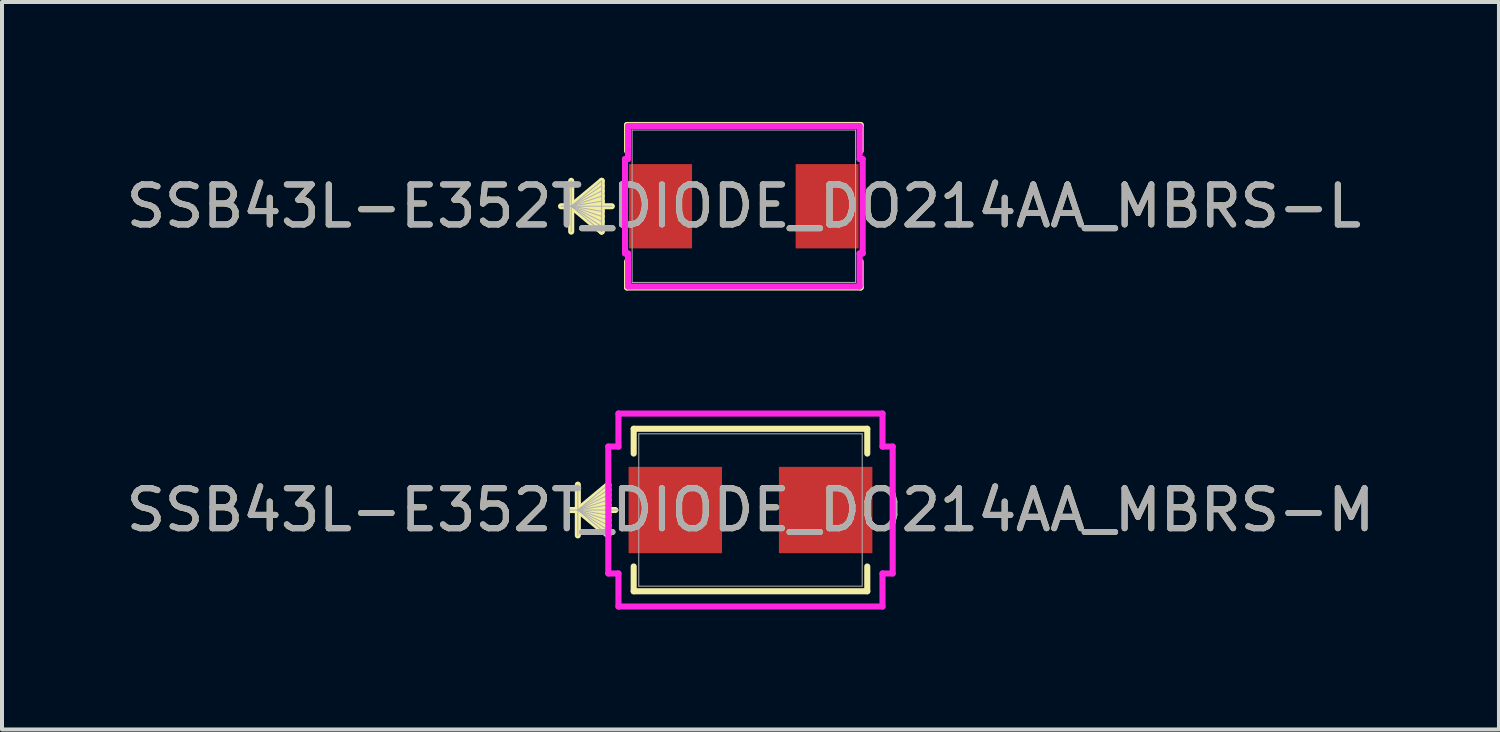
<source format=kicad_pcb>
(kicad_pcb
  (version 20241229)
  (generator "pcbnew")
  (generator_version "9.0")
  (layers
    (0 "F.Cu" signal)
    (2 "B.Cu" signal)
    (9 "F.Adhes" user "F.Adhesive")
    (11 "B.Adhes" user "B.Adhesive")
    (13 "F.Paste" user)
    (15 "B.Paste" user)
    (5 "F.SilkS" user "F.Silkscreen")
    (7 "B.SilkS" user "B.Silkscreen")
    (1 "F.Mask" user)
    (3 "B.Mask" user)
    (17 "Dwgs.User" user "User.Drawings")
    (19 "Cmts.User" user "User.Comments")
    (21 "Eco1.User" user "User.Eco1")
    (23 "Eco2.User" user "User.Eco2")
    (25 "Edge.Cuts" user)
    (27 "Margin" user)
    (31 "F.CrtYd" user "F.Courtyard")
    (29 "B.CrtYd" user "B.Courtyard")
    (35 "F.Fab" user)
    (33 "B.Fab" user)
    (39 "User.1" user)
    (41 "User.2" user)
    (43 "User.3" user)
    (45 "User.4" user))
  (footprint "SSB43L-E352T_DIODE_DO214AA_MBRS-M"
    (layer "F.Cu")
    (at 15.72 9.706)
    (property "Reference" "SSB43L-E352T_DIODE_DO214AA_MBRS-M" (at 0 0 0) (unlocked yes) (layer "F.SilkS") (effects (font (size 1 1) (thickness 0.15))))
    (attr smd)
    (fp_line (start -4.318 -0.635) (end -4.318 0.635) (stroke (width 0.152) (type solid)) (layer "F.SilkS"))
    (fp_line (start -4.318 0) (end -3.556 -0.635) (stroke (width 0.152) (type solid)) (layer "F.SilkS"))
    (fp_line (start -4.318 0) (end -3.556 -0.508) (stroke (width 0.152) (type solid)) (layer "F.SilkS"))
    (fp_line (start -4.318 0) (end -3.556 -0.381) (stroke (width 0.152) (type solid)) (layer "F.SilkS"))
    (fp_line (start -4.318 0) (end -3.556 -0.254) (stroke (width 0.152) (type solid)) (layer "F.SilkS"))
    (fp_line (start -4.318 0) (end -3.556 -0.127) (stroke (width 0.152) (type solid)) (layer "F.SilkS"))
    (fp_line (start -4.318 0) (end -3.556 0.127) (stroke (width 0.152) (type solid)) (layer "F.SilkS"))
    (fp_line (start -4.318 0) (end -3.556 0.254) (stroke (width 0.152) (type solid)) (layer "F.SilkS"))
    (fp_line (start -4.318 0) (end -3.556 0.381) (stroke (width 0.152) (type solid)) (layer "F.SilkS"))
    (fp_line (start -4.318 0) (end -3.556 0.508) (stroke (width 0.152) (type solid)) (layer "F.SilkS"))
    (fp_line (start -4.318 0) (end -3.556 0.635) (stroke (width 0.152) (type solid)) (layer "F.SilkS"))
    (fp_line (start -3.556 -0.635) (end -3.556 0.635) (stroke (width 0.152) (type solid)) (layer "F.SilkS"))
    (fp_line (start -3.381 0) (end -4.572 0) (stroke (width 0.152) (type solid)) (layer "F.SilkS"))
    (fp_line (start -2.921 -2.032) (end -2.921 -1.412) (stroke (width 0.152) (type solid)) (layer "F.SilkS"))
    (fp_line (start -2.921 1.412) (end -2.921 2.032) (stroke (width 0.152) (type solid)) (layer "F.SilkS"))
    (fp_line (start -2.921 2.032) (end 2.921 2.032) (stroke (width 0.152) (type solid)) (layer "F.SilkS"))
    (fp_line (start 2.921 -2.032) (end -2.921 -2.032) (stroke (width 0.152) (type solid)) (layer "F.SilkS"))
    (fp_line (start 2.921 -1.412) (end 2.921 -2.032) (stroke (width 0.152) (type solid)) (layer "F.SilkS"))
    (fp_line (start 2.921 2.032) (end 2.921 1.412) (stroke (width 0.152) (type solid)) (layer "F.SilkS"))
    (fp_line (start -3.556 -1.587) (end -3.302 -1.587) (stroke (width 0.152) (type solid)) (layer "F.CrtYd"))
    (fp_line (start -3.556 1.587) (end -3.556 -1.587) (stroke (width 0.152) (type solid)) (layer "F.CrtYd"))
    (fp_line (start -3.302 -2.413) (end 3.302 -2.413) (stroke (width 0.152) (type solid)) (layer "F.CrtYd"))
    (fp_line (start -3.302 -1.587) (end -3.302 -2.413) (stroke (width 0.152) (type solid)) (layer "F.CrtYd"))
    (fp_line (start -3.302 1.587) (end -3.556 1.587) (stroke (width 0.152) (type solid)) (layer "F.CrtYd"))
    (fp_line (start -3.302 2.413) (end -3.302 1.587) (stroke (width 0.152) (type solid)) (layer "F.CrtYd"))
    (fp_line (start 3.302 -2.413) (end 3.302 -1.587) (stroke (width 0.152) (type solid)) (layer "F.CrtYd"))
    (fp_line (start 3.302 -1.587) (end 3.556 -1.587) (stroke (width 0.152) (type solid)) (layer "F.CrtYd"))
    (fp_line (start 3.302 1.587) (end 3.302 2.413) (stroke (width 0.152) (type solid)) (layer "F.CrtYd"))
    (fp_line (start 3.302 2.413) (end -3.302 2.413) (stroke (width 0.152) (type solid)) (layer "F.CrtYd"))
    (fp_line (start 3.556 -1.587) (end 3.556 1.587) (stroke (width 0.152) (type solid)) (layer "F.CrtYd"))
    (fp_line (start 3.556 1.587) (end 3.302 1.587) (stroke (width 0.152) (type solid)) (layer "F.CrtYd"))
    (fp_line (start -4.318 -0.635) (end -4.318 0.635) (stroke (width 0.025) (type solid)) (layer "F.Fab"))
    (fp_line (start -4.318 0) (end -3.556 -0.635) (stroke (width 0.025) (type solid)) (layer "F.Fab"))
    (fp_line (start -4.318 0) (end -3.556 -0.508) (stroke (width 0.025) (type solid)) (layer "F.Fab"))
    (fp_line (start -4.318 0) (end -3.556 -0.381) (stroke (width 0.025) (type solid)) (layer "F.Fab"))
    (fp_line (start -4.318 0) (end -3.556 -0.254) (stroke (width 0.025) (type solid)) (layer "F.Fab"))
    (fp_line (start -4.318 0) (end -3.556 -0.127) (stroke (width 0.025) (type solid)) (layer "F.Fab"))
    (fp_line (start -4.318 0) (end -3.556 0.127) (stroke (width 0.025) (type solid)) (layer "F.Fab"))
    (fp_line (start -4.318 0) (end -3.556 0.254) (stroke (width 0.025) (type solid)) (layer "F.Fab"))
    (fp_line (start -4.318 0) (end -3.556 0.381) (stroke (width 0.025) (type solid)) (layer "F.Fab"))
    (fp_line (start -4.318 0) (end -3.556 0.508) (stroke (width 0.025) (type solid)) (layer "F.Fab"))
    (fp_line (start -4.318 0) (end -3.556 0.635) (stroke (width 0.025) (type solid)) (layer "F.Fab"))
    (fp_line (start -3.556 -0.635) (end -3.556 0.635) (stroke (width 0.025) (type solid)) (layer "F.Fab"))
    (fp_line (start -3.302 0) (end -4.572 0) (stroke (width 0.025) (type solid)) (layer "F.Fab"))
    (fp_line (start -2.794 -1.905) (end -2.794 1.905) (stroke (width 0.025) (type solid)) (layer "F.Fab"))
    (fp_line (start -2.794 1.905) (end 2.794 1.905) (stroke (width 0.025) (type solid)) (layer "F.Fab"))
    (fp_line (start 2.794 -1.905) (end -2.794 -1.905) (stroke (width 0.025) (type solid)) (layer "F.Fab"))
    (fp_line (start 2.794 1.905) (end 2.794 -1.905) (stroke (width 0.025) (type solid)) (layer "F.Fab"))
    (fp_text user "${REFERENCE}" (at 0 0 0) (unlocked yes) (layer "F.Fab") (effects (font (size 1 1) (thickness 0.15))))
    (pad "1" smd rect (at -1.88 0 90) (size 2.159 2.337) (layers "F.Cu" "F.Mask" "F.Paste"))
    (pad "2" smd rect (at 1.88 0 90) (size 2.159 2.337) (layers "F.Cu" "F.Mask" "F.Paste"))
    (zone (net_name "") (layer "F.Cu") (hatch full 0.508) (connect_pads) (min_thickness 0.254) (filled_areas_thickness no) (keepout (tracks not_allowed) (vias not_allowed) (pads allowed) (copperpour not_allowed) (footprints allowed)) (placement (enabled no)) (fill) (polygon (pts (xy 12.977 7.851) (xy 18.463 7.851) (xy 18.463 8.575) (xy 12.977 8.575))))
    (zone (net_name "") (layer "F.Cu") (hatch full 0.508) (connect_pads) (min_thickness 0.254) (filled_areas_thickness no) (keepout (tracks not_allowed) (vias not_allowed) (pads allowed) (copperpour not_allowed) (footprints allowed)) (placement (enabled no)) (fill) (polygon (pts (xy 12.977 10.836) (xy 18.463 10.836) (xy 18.463 11.56) (xy 12.977 11.56))))
    (zone (net_name "") (layer "F.Cu") (hatch full 0.508) (connect_pads) (min_thickness 0.254) (filled_areas_thickness no) (keepout (tracks not_allowed) (vias not_allowed) (pads allowed) (copperpour not_allowed) (footprints allowed)) (placement (enabled no)) (fill) (polygon (pts (xy 15.06 8.575) (xy 16.381 8.575) (xy 16.381 10.836) (xy 15.06 10.836)))))
  (footprint "SSB43L-E352T_DIODE_DO214AA_MBRS-L"
    (layer "F.Cu")
    (at 15.554 2.108)
    (property "Reference" "SSB43L-E352T_DIODE_DO214AA_MBRS-L" (at 0 0 0) (unlocked yes) (layer "F.SilkS") (effects (font (size 1 1) (thickness 0.15))))
    (attr smd)
    (fp_line (start -4.318 -0.635) (end -4.318 0.635) (stroke (width 0.152) (type solid)) (layer "F.SilkS"))
    (fp_line (start -4.318 0) (end -3.556 -0.635) (stroke (width 0.152) (type solid)) (layer "F.SilkS"))
    (fp_line (start -4.318 0) (end -3.556 -0.508) (stroke (width 0.152) (type solid)) (layer "F.SilkS"))
    (fp_line (start -4.318 0) (end -3.556 -0.381) (stroke (width 0.152) (type solid)) (layer "F.SilkS"))
    (fp_line (start -4.318 0) (end -3.556 -0.254) (stroke (width 0.152) (type solid)) (layer "F.SilkS"))
    (fp_line (start -4.318 0) (end -3.556 -0.127) (stroke (width 0.152) (type solid)) (layer "F.SilkS"))
    (fp_line (start -4.318 0) (end -3.556 0.127) (stroke (width 0.152) (type solid)) (layer "F.SilkS"))
    (fp_line (start -4.318 0) (end -3.556 0.254) (stroke (width 0.152) (type solid)) (layer "F.SilkS"))
    (fp_line (start -4.318 0) (end -3.556 0.381) (stroke (width 0.152) (type solid)) (layer "F.SilkS"))
    (fp_line (start -4.318 0) (end -3.556 0.508) (stroke (width 0.152) (type solid)) (layer "F.SilkS"))
    (fp_line (start -4.318 0) (end -3.556 0.635) (stroke (width 0.152) (type solid)) (layer "F.SilkS"))
    (fp_line (start -3.556 -0.635) (end -3.556 0.635) (stroke (width 0.152) (type solid)) (layer "F.SilkS"))
    (fp_line (start -3.302 0) (end -4.572 0) (stroke (width 0.152) (type solid)) (layer "F.SilkS"))
    (fp_line (start -2.921 -2.032) (end -2.921 -1.383) (stroke (width 0.152) (type solid)) (layer "F.SilkS"))
    (fp_line (start -2.921 1.383) (end -2.921 2.032) (stroke (width 0.152) (type solid)) (layer "F.SilkS"))
    (fp_line (start -2.921 2.032) (end 2.921 2.032) (stroke (width 0.152) (type solid)) (layer "F.SilkS"))
    (fp_line (start 2.921 -2.032) (end -2.921 -2.032) (stroke (width 0.152) (type solid)) (layer "F.SilkS"))
    (fp_line (start 2.921 -1.383) (end 2.921 -2.032) (stroke (width 0.152) (type solid)) (layer "F.SilkS"))
    (fp_line (start 2.921 2.032) (end 2.921 1.383) (stroke (width 0.152) (type solid)) (layer "F.SilkS"))
    (fp_line (start -2.972 -1.181) (end -2.896 -1.181) (stroke (width 0.152) (type solid)) (layer "F.CrtYd"))
    (fp_line (start -2.972 1.181) (end -2.972 -1.181) (stroke (width 0.152) (type solid)) (layer "F.CrtYd"))
    (fp_line (start -2.896 -2.007) (end 2.896 -2.007) (stroke (width 0.152) (type solid)) (layer "F.CrtYd"))
    (fp_line (start -2.896 -1.181) (end -2.896 -2.007) (stroke (width 0.152) (type solid)) (layer "F.CrtYd"))
    (fp_line (start -2.896 1.181) (end -2.972 1.181) (stroke (width 0.152) (type solid)) (layer "F.CrtYd"))
    (fp_line (start -2.896 2.007) (end -2.896 1.181) (stroke (width 0.152) (type solid)) (layer "F.CrtYd"))
    (fp_line (start 2.896 -2.007) (end 2.896 -1.181) (stroke (width 0.152) (type solid)) (layer "F.CrtYd"))
    (fp_line (start 2.896 -1.181) (end 2.972 -1.181) (stroke (width 0.152) (type solid)) (layer "F.CrtYd"))
    (fp_line (start 2.896 1.181) (end 2.896 2.007) (stroke (width 0.152) (type solid)) (layer "F.CrtYd"))
    (fp_line (start 2.896 2.007) (end -2.896 2.007) (stroke (width 0.152) (type solid)) (layer "F.CrtYd"))
    (fp_line (start 2.972 -1.181) (end 2.972 1.181) (stroke (width 0.152) (type solid)) (layer "F.CrtYd"))
    (fp_line (start 2.972 1.181) (end 2.896 1.181) (stroke (width 0.152) (type solid)) (layer "F.CrtYd"))
    (fp_line (start -4.318 -0.635) (end -4.318 0.635) (stroke (width 0.025) (type solid)) (layer "F.Fab"))
    (fp_line (start -4.318 0) (end -3.556 -0.635) (stroke (width 0.025) (type solid)) (layer "F.Fab"))
    (fp_line (start -4.318 0) (end -3.556 -0.508) (stroke (width 0.025) (type solid)) (layer "F.Fab"))
    (fp_line (start -4.318 0) (end -3.556 -0.381) (stroke (width 0.025) (type solid)) (layer "F.Fab"))
    (fp_line (start -4.318 0) (end -3.556 -0.254) (stroke (width 0.025) (type solid)) (layer "F.Fab"))
    (fp_line (start -4.318 0) (end -3.556 -0.127) (stroke (width 0.025) (type solid)) (layer "F.Fab"))
    (fp_line (start -4.318 0) (end -3.556 0.127) (stroke (width 0.025) (type solid)) (layer "F.Fab"))
    (fp_line (start -4.318 0) (end -3.556 0.254) (stroke (width 0.025) (type solid)) (layer "F.Fab"))
    (fp_line (start -4.318 0) (end -3.556 0.381) (stroke (width 0.025) (type solid)) (layer "F.Fab"))
    (fp_line (start -4.318 0) (end -3.556 0.508) (stroke (width 0.025) (type solid)) (layer "F.Fab"))
    (fp_line (start -4.318 0) (end -3.556 0.635) (stroke (width 0.025) (type solid)) (layer "F.Fab"))
    (fp_line (start -3.556 -0.635) (end -3.556 0.635) (stroke (width 0.025) (type solid)) (layer "F.Fab"))
    (fp_line (start -3.302 0) (end -4.572 0) (stroke (width 0.025) (type solid)) (layer "F.Fab"))
    (fp_line (start -2.794 -1.905) (end -2.794 1.905) (stroke (width 0.025) (type solid)) (layer "F.Fab"))
    (fp_line (start -2.794 1.905) (end 2.794 1.905) (stroke (width 0.025) (type solid)) (layer "F.Fab"))
    (fp_line (start 2.794 -1.905) (end -2.794 -1.905) (stroke (width 0.025) (type solid)) (layer "F.Fab"))
    (fp_line (start 2.794 1.905) (end 2.794 -1.905) (stroke (width 0.025) (type solid)) (layer "F.Fab"))
    (fp_text user "${REFERENCE}" (at 0 0 0) (unlocked yes) (layer "F.Fab") (effects (font (size 1 1) (thickness 0.15))))
    (pad "1" smd rect (at -2.083 0 90) (size 2.108 1.575) (layers "F.Cu" "F.Mask" "F.Paste"))
    (pad "2" smd rect (at 2.083 0 90) (size 2.108 1.575) (layers "F.Cu" "F.Mask" "F.Paste"))
    (zone (net_name "") (layer "F.Cu") (hatch full 0.508) (connect_pads) (min_thickness 0.254) (filled_areas_thickness no) (keepout (tracks not_allowed) (vias not_allowed) (pads allowed) (copperpour not_allowed) (footprints allowed)) (placement (enabled no)) (fill) (polygon (pts (xy 12.81 0.254) (xy 18.297 0.254) (xy 18.297 0.978) (xy 12.81 0.978))))
    (zone (net_name "") (layer "F.Cu") (hatch full 0.508) (connect_pads) (min_thickness 0.254) (filled_areas_thickness no) (keepout (tracks not_allowed) (vias not_allowed) (pads allowed) (copperpour not_allowed) (footprints allowed)) (placement (enabled no)) (fill) (polygon (pts (xy 12.81 3.239) (xy 18.297 3.239) (xy 18.297 3.962) (xy 12.81 3.962))))
    (zone (net_name "") (layer "F.Cu") (hatch full 0.508) (connect_pads) (min_thickness 0.254) (filled_areas_thickness no) (keepout (tracks not_allowed) (vias not_allowed) (pads allowed) (copperpour not_allowed) (footprints allowed)) (placement (enabled no)) (fill) (polygon (pts (xy 14.309 0.978) (xy 16.798 0.978) (xy 16.798 3.239) (xy 14.309 3.239)))))
  (gr_rect
    (start -3 -3)
    (end 34.44 15.195)
    (stroke (width 0.1) (type default))
    (fill no)
    (layer "Edge.Cuts")))
</source>
